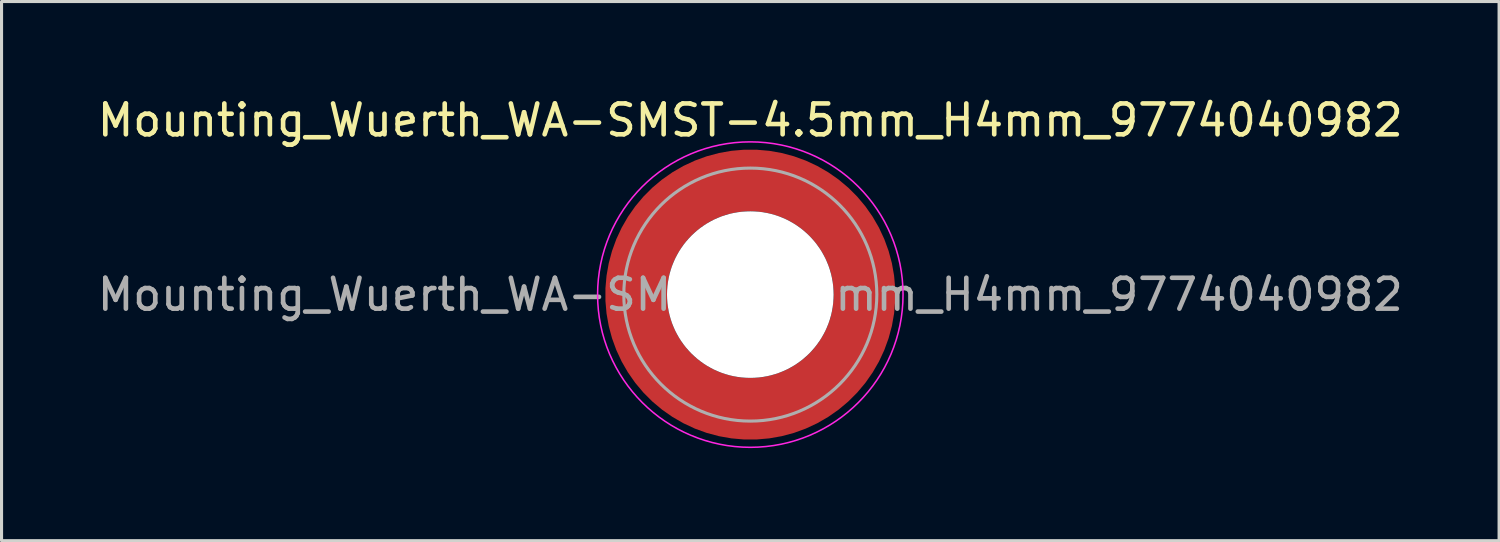
<source format=kicad_pcb>
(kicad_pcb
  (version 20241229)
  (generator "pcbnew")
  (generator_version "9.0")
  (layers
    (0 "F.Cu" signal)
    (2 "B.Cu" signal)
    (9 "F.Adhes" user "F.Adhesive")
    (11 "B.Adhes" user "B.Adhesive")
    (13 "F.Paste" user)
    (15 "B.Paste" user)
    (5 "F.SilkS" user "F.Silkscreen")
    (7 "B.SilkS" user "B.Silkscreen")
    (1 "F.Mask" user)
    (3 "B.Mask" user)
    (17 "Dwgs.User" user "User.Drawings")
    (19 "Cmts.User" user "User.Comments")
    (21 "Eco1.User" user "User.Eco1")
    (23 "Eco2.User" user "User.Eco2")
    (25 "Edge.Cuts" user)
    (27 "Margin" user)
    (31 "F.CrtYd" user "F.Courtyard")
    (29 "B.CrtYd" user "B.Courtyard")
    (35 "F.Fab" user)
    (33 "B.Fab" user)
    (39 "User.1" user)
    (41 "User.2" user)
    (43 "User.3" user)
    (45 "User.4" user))
  (footprint "Mounting_Wuerth_WA-SMST-4.5mm_H4mm_9774040982"
    (layer "F.Cu")
    (at 21.268 6.498)
    (property "Reference" "Mounting_Wuerth_WA-SMST-4.5mm_H4mm_9774040982" (at 0 -5.65 0) (layer "F.SilkS") (effects (font (size 1 1) (thickness 0.15))))
    (attr smd)
    (fp_circle (center 0 0) (end 4.95 0) (stroke (width 0.05) (type solid)) (fill no) (layer "F.CrtYd"))
    (fp_circle (center 0 0) (end 4.1 0) (stroke (width 0.1) (type solid)) (fill no) (layer "F.Fab"))
    (fp_text user "${REFERENCE}" (at 0 0 0) (layer "F.Fab") (effects (font (size 1 1) (thickness 0.15))))
    (pad "" smd custom (at -2.607 -2.607) (size 1.495 1.495) (layers "F.Paste") (options (anchor circle)) (primitives (gr_arc (start -0.188183 2.107456) (mid 0.598928 0.599619) (end 2.106494 -0.188011) (width 0.2)) (gr_arc (start -0.289416 2.107456) (mid 0.528508 0.529033) (end 2.106724 -0.28929) (width 0.2)) (gr_arc (start -0.390547 2.107456) (mid 0.457087 0.459449) (end 2.104161 -0.389996) (width 0.2)) (gr_arc (start -0.491585 2.107456) (mid 0.386415 0.389116) (end 2.103685 -0.490974) (width 0.2)) (gr_arc (start -0.59254 2.107456) (mid 0.31649 0.318035) (end 2.105297 -0.592203) (width 0.2)) (gr_arc (start -0.693419 2.107456) (mid 0.245252 0.248268) (end 2.103239 -0.692777) (width 0.2)) (gr_arc (start -0.794229 2.107456) (mid 0.174636 0.177878) (end 2.102921 -0.793558) (width 0.2)) (gr_arc (start -0.894975 2.107456) (mid 0.104643 0.106867) (end 2.104343 -0.894528) (width 0.2)) (gr_arc (start -0.995664 2.107456) (mid 0.033026 0.037479) (end 2.101219 -0.994793) (width 0.2)) (gr_arc (start -1.0963 2.107456) (mid -0.035789 -0.034713) (end 2.105949 -1.096095) (width 0.2)) (gr_arc (start -1.196886 2.107456) (mid -0.106351 -0.105158) (end 2.105783 -1.196667) (width 0.2)) (gr_arc (start -1.297427 2.107456) (mid -0.176416 -0.176097) (end 2.107009 -1.29737) (width 0.2)) (gr_arc (start -1.397927 2.107456) (mid -0.248476 -0.245042) (end 2.102638 -1.397323) (width 0.2)) (gr_arc (start -1.498388 2.107456) (mid -0.317612 -0.316913) (end 2.106475 -1.498268) (width 0.2)) (gr_arc (start -1.598813 2.107456) (mid -0.388865 -0.386665) (end 2.104366 -1.598444) (width 0.2)) (gr_arc (start -1.699204 2.107456) (mid -0.459747 -0.456787) (end 2.103299 -1.698719) (width 0.2)) (gr_arc (start -1.799565 2.107456) (mid -0.530257 -0.527283) (end 2.103277 -1.799089) (width 0.2)) (gr_arc (start -1.899896 2.107456) (mid -0.600396 -0.59815) (end 2.104299 -1.899545) (width 0.2)) (gr_arc (start -1.899896 2.107456) (mid -0.600396 -0.59815) (end 2.104299 -1.899545) (width 0.2)) (gr_line (start 2.107 -0.188) (end 2.107 -1.9) (width 0.2)) (gr_line (start -0.188 2.107) (end -1.9 2.107) (width 0.2))))
    (pad "" smd custom (at -2.607 2.607) (size 1.495 1.495) (layers "F.Paste") (options (anchor circle)) (primitives (gr_arc (start 2.107456 0.188183) (mid 0.599619 -0.598928) (end -0.188011 -2.106494) (width 0.2)) (gr_arc (start 2.107456 0.289416) (mid 0.529033 -0.528508) (end -0.28929 -2.106724) (width 0.2)) (gr_arc (start 2.107456 0.390547) (mid 0.45945 -0.457087) (end -0.389996 -2.104161) (width 0.2)) (gr_arc (start 2.107456 0.491585) (mid 0.389116 -0.386415) (end -0.490974 -2.103685) (width 0.2)) (gr_arc (start 2.107456 0.59254) (mid 0.318035 -0.31649) (end -0.592203 -2.105297) (width 0.2)) (gr_arc (start 2.107456 0.693419) (mid 0.248268 -0.245252) (end -0.692777 -2.103239) (width 0.2)) (gr_arc (start 2.107456 0.794229) (mid 0.177878 -0.174636) (end -0.793558 -2.102921) (width 0.2)) (gr_arc (start 2.107456 0.894975) (mid 0.106867 -0.104643) (end -0.894528 -2.104343) (width 0.2)) (gr_arc (start 2.107456 0.995664) (mid 0.037479 -0.033026) (end -0.994793 -2.101219) (width 0.2)) (gr_arc (start 2.107456 1.0963) (mid -0.034713 0.035789) (end -1.096095 -2.105949) (width 0.2)) (gr_arc (start 2.107456 1.196886) (mid -0.105158 0.106351) (end -1.196667 -2.105783) (width 0.2)) (gr_arc (start 2.107456 1.297427) (mid -0.176097 0.176416) (end -1.29737 -2.107009) (width 0.2)) (gr_arc (start 2.107456 1.397927) (mid -0.245042 0.248476) (end -1.397323 -2.102638) (width 0.2)) (gr_arc (start 2.107456 1.498388) (mid -0.316913 0.317612) (end -1.498268 -2.106475) (width 0.2)) (gr_arc (start 2.107456 1.598813) (mid -0.386665 0.388865) (end -1.598444 -2.104366) (width 0.2)) (gr_arc (start 2.107456 1.699204) (mid -0.456787 0.459747) (end -1.698719 -2.103299) (width 0.2)) (gr_arc (start 2.107456 1.799565) (mid -0.527283 0.530257) (end -1.799089 -2.103277) (width 0.2)) (gr_arc (start 2.107456 1.899896) (mid -0.59815 0.600396) (end -1.899545 -2.104299) (width 0.2)) (gr_arc (start 2.107456 1.899896) (mid -0.59815 0.600396) (end -1.899545 -2.104299) (width 0.2)) (gr_line (start -0.188 -2.107) (end -1.9 -2.107) (width 0.2)) (gr_line (start 2.107 0.188) (end 2.107 1.9) (width 0.2))))
    (pad "" np_thru_hole circle (at 0 0) (size 5.4 5.4) (drill 5.4) (layers "*.Cu" "*.Mask"))
    (pad "" smd custom (at 2.607 -2.607) (size 1.495 1.495) (layers "F.Paste") (options (anchor circle)) (primitives (gr_arc (start -2.107456 -0.188183) (mid -0.599619 0.598928) (end 0.188011 2.106494) (width 0.2)) (gr_arc (start -2.107456 -0.289416) (mid -0.529033 0.528508) (end 0.28929 2.106724) (width 0.2)) (gr_arc (start -2.107456 -0.390547) (mid -0.459449 0.457087) (end 0.389996 2.104161) (width 0.2)) (gr_arc (start -2.107456 -0.491585) (mid -0.389116 0.386415) (end 0.490974 2.103685) (width 0.2)) (gr_arc (start -2.107456 -0.59254) (mid -0.318035 0.31649) (end 0.592203 2.105297) (width 0.2)) (gr_arc (start -2.107456 -0.693419) (mid -0.248268 0.245252) (end 0.692777 2.103239) (width 0.2)) (gr_arc (start -2.107456 -0.794229) (mid -0.177878 0.174636) (end 0.793558 2.102921) (width 0.2)) (gr_arc (start -2.107456 -0.894975) (mid -0.106867 0.104643) (end 0.894528 2.104343) (width 0.2)) (gr_arc (start -2.107456 -0.995664) (mid -0.037479 0.033026) (end 0.994793 2.101219) (width 0.2)) (gr_arc (start -2.107456 -1.0963) (mid 0.034713 -0.035789) (end 1.096095 2.105949) (width 0.2)) (gr_arc (start -2.107456 -1.196886) (mid 0.105158 -0.106351) (end 1.196667 2.105783) (width 0.2)) (gr_arc (start -2.107456 -1.297427) (mid 0.176097 -0.176416) (end 1.29737 2.107009) (width 0.2)) (gr_arc (start -2.107456 -1.397927) (mid 0.245042 -0.248476) (end 1.397323 2.102638) (width 0.2)) (gr_arc (start -2.107456 -1.498388) (mid 0.316913 -0.317612) (end 1.498268 2.106475) (width 0.2)) (gr_arc (start -2.107456 -1.598813) (mid 0.386665 -0.388865) (end 1.598444 2.104366) (width 0.2)) (gr_arc (start -2.107456 -1.699204) (mid 0.456787 -0.459747) (end 1.698719 2.103299) (width 0.2)) (gr_arc (start -2.107456 -1.799565) (mid 0.527283 -0.530257) (end 1.799089 2.103277) (width 0.2)) (gr_arc (start -2.107456 -1.899896) (mid 0.59815 -0.600396) (end 1.899545 2.104299) (width 0.2)) (gr_arc (start -2.107456 -1.899896) (mid 0.59815 -0.600396) (end 1.899545 2.104299) (width 0.2)) (gr_line (start 0.188 2.107) (end 1.9 2.107) (width 0.2)) (gr_line (start -2.107 -0.188) (end -2.107 -1.9) (width 0.2))))
    (pad "" smd custom (at 2.607 2.607) (size 1.495 1.495) (layers "F.Paste") (options (anchor circle)) (primitives (gr_arc (start 0.188183 -2.107456) (mid -0.598928 -0.599619) (end -2.106494 0.188011) (width 0.2)) (gr_arc (start 0.289416 -2.107456) (mid -0.528508 -0.529033) (end -2.106724 0.28929) (width 0.2)) (gr_arc (start 0.390547 -2.107456) (mid -0.457087 -0.459449) (end -2.104161 0.389996) (width 0.2)) (gr_arc (start 0.491585 -2.107456) (mid -0.386415 -0.389116) (end -2.103685 0.490974) (width 0.2)) (gr_arc (start 0.59254 -2.107456) (mid -0.31649 -0.318035) (end -2.105297 0.592203) (width 0.2)) (gr_arc (start 0.693419 -2.107456) (mid -0.245252 -0.248268) (end -2.103239 0.692777) (width 0.2)) (gr_arc (start 0.794229 -2.107456) (mid -0.174636 -0.177878) (end -2.102921 0.793558) (width 0.2)) (gr_arc (start 0.894975 -2.107456) (mid -0.104643 -0.106867) (end -2.104343 0.894528) (width 0.2)) (gr_arc (start 0.995664 -2.107456) (mid -0.033026 -0.037479) (end -2.101219 0.994793) (width 0.2)) (gr_arc (start 1.0963 -2.107456) (mid 0.035789 0.034713) (end -2.105949 1.096095) (width 0.2)) (gr_arc (start 1.196886 -2.107456) (mid 0.106351 0.105158) (end -2.105783 1.196667) (width 0.2)) (gr_arc (start 1.297427 -2.107456) (mid 0.176416 0.176097) (end -2.107009 1.29737) (width 0.2)) (gr_arc (start 1.397927 -2.107456) (mid 0.248476 0.245042) (end -2.102638 1.397323) (width 0.2)) (gr_arc (start 1.498388 -2.107456) (mid 0.317612 0.316913) (end -2.106475 1.498268) (width 0.2)) (gr_arc (start 1.598813 -2.107456) (mid 0.388865 0.386665) (end -2.104366 1.598444) (width 0.2)) (gr_arc (start 1.699204 -2.107456) (mid 0.459747 0.456787) (end -2.103299 1.698719) (width 0.2)) (gr_arc (start 1.799565 -2.107456) (mid 0.530257 0.527283) (end -2.103277 1.799089) (width 0.2)) (gr_arc (start 1.899896 -2.107456) (mid 0.600396 0.59815) (end -2.104299 1.899545) (width 0.2)) (gr_arc (start 1.899896 -2.107456) (mid 0.600396 0.59815) (end -2.104299 1.899545) (width 0.2)) (gr_line (start -2.107 0.188) (end -2.107 1.9) (width 0.2)) (gr_line (start 0.188 -2.107) (end 1.9 -2.107) (width 0.2))))
    (pad "1" smd circle (at -3.7 0) (size 1.6 1.6) (layers "F.Cu"))
    (pad "1" smd circle (at 0 -3.7) (size 1.6 1.6) (layers "F.Cu"))
    (pad "1" smd circle (at 0 3.7) (size 1.6 1.6) (layers "F.Cu"))
    (pad "1" smd custom (at 3.7 0) (size 1.6 1.6) (layers "F.Cu" "F.Mask") (options (anchor circle)) (primitives (gr_circle (center -3.7 0) (end 0 0) (width 2) (fill no)))))
  (gr_rect
    (start -3 -3)
    (end 45.536 14.473)
    (stroke (width 0.1) (type default))
    (fill no)
    (layer "Edge.Cuts")))
</source>
